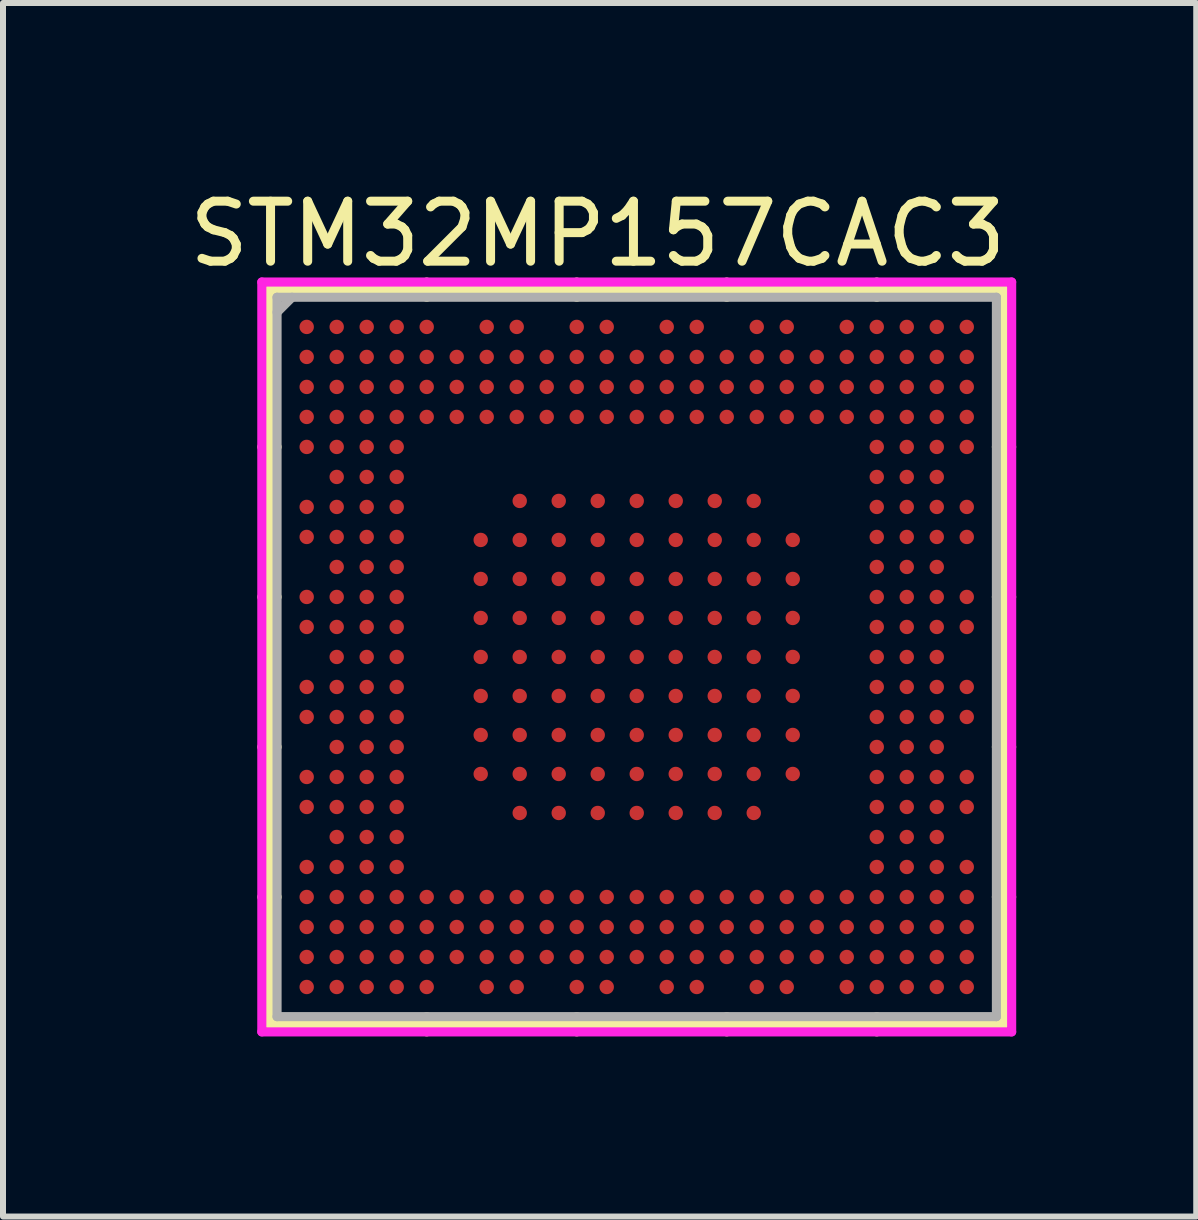
<source format=kicad_pcb>
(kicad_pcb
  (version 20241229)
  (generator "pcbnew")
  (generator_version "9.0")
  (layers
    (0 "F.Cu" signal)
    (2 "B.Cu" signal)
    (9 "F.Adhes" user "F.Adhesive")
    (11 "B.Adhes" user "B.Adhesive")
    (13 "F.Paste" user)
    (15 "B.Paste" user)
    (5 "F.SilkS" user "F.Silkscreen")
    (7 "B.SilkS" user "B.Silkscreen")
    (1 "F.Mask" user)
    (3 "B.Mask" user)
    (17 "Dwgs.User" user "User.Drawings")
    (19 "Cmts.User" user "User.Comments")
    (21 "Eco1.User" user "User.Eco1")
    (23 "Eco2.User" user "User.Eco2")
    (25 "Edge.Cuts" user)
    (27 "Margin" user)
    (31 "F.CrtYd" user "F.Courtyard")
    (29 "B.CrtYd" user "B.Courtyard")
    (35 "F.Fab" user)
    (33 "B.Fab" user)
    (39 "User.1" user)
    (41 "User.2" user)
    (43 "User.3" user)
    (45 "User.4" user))
  (footprint "STM32MP157CAC3"
    (layer "F.Cu")
    (at 7.561 7.898)
    (property "Reference" "STM32MP157CAC3" (at -0.65 -7.05 0) (layer "F.SilkS") (effects (font (size 1 1) (thickness 0.15))))
    (attr smd)
    (fp_line (start -6.121 -6.121) (end -6.121 6.121) (stroke (width 0.152) (type solid)) (layer "F.SilkS"))
    (fp_line (start -6.121 6.121) (end 6.121 6.121) (stroke (width 0.152) (type solid)) (layer "F.SilkS"))
    (fp_line (start -5.994 -3.5) (end -6.248 -3.5) (stroke (width 0.152) (type solid)) (layer "F.SilkS"))
    (fp_line (start -5.994 -1) (end -6.248 -1) (stroke (width 0.152) (type solid)) (layer "F.SilkS"))
    (fp_line (start -5.994 1.5) (end -6.248 1.5) (stroke (width 0.152) (type solid)) (layer "F.SilkS"))
    (fp_line (start -5.994 4) (end -6.248 4) (stroke (width 0.152) (type solid)) (layer "F.SilkS"))
    (fp_line (start -3.5 -5.994) (end -3.5 -6.248) (stroke (width 0.152) (type solid)) (layer "F.SilkS"))
    (fp_line (start -3.5 5.994) (end -3.5 6.248) (stroke (width 0.152) (type solid)) (layer "F.SilkS"))
    (fp_line (start -1 -5.994) (end -1 -6.248) (stroke (width 0.152) (type solid)) (layer "F.SilkS"))
    (fp_line (start -1 5.994) (end -1 6.248) (stroke (width 0.152) (type solid)) (layer "F.SilkS"))
    (fp_line (start 1.5 -5.994) (end 1.5 -6.248) (stroke (width 0.152) (type solid)) (layer "F.SilkS"))
    (fp_line (start 1.5 5.994) (end 1.5 6.248) (stroke (width 0.152) (type solid)) (layer "F.SilkS"))
    (fp_line (start 4 -5.994) (end 4 -6.248) (stroke (width 0.152) (type solid)) (layer "F.SilkS"))
    (fp_line (start 4 5.994) (end 4 6.248) (stroke (width 0.152) (type solid)) (layer "F.SilkS"))
    (fp_line (start 5.994 -3.5) (end 6.248 -3.5) (stroke (width 0.152) (type solid)) (layer "F.SilkS"))
    (fp_line (start 5.994 -1) (end 6.248 -1) (stroke (width 0.152) (type solid)) (layer "F.SilkS"))
    (fp_line (start 5.994 1.5) (end 6.248 1.5) (stroke (width 0.152) (type solid)) (layer "F.SilkS"))
    (fp_line (start 5.994 4) (end 6.248 4) (stroke (width 0.152) (type solid)) (layer "F.SilkS"))
    (fp_line (start 6.121 -6.121) (end -6.121 -6.121) (stroke (width 0.152) (type solid)) (layer "F.SilkS"))
    (fp_line (start 6.121 6.121) (end 6.121 -6.121) (stroke (width 0.152) (type solid)) (layer "F.SilkS"))
    (fp_line (start -6.248 -6.248) (end 6.248 -6.248) (stroke (width 0.152) (type solid)) (layer "F.CrtYd"))
    (fp_line (start -6.248 6.248) (end -6.248 -6.248) (stroke (width 0.152) (type solid)) (layer "F.CrtYd"))
    (fp_line (start 6.248 -6.248) (end 6.248 6.248) (stroke (width 0.152) (type solid)) (layer "F.CrtYd"))
    (fp_line (start 6.248 6.248) (end -6.248 6.248) (stroke (width 0.152) (type solid)) (layer "F.CrtYd"))
    (fp_line (start -5.994 -5.994) (end -5.994 5.994) (stroke (width 0.152) (type solid)) (layer "F.Fab"))
    (fp_line (start -5.994 5.994) (end 5.994 5.994) (stroke (width 0.152) (type solid)) (layer "F.Fab"))
    (fp_line (start -5.744 -5.994) (end -5.994 -5.744) (stroke (width 0.152) (type solid)) (layer "F.Fab"))
    (fp_line (start 5.994 -5.994) (end -5.994 -5.994) (stroke (width 0.152) (type solid)) (layer "F.Fab"))
    (fp_line (start 5.994 5.994) (end 5.994 -5.994) (stroke (width 0.152) (type solid)) (layer "F.Fab"))
    (pad "1A2" smd circle (at -1.95 -2.6) (size 0.24 0.24) (layers "F.Cu" "F.Mask" "F.Paste"))
    (pad "1A3" smd circle (at -1.3 -2.6) (size 0.24 0.24) (layers "F.Cu" "F.Mask" "F.Paste"))
    (pad "1A4" smd circle (at -0.65 -2.6) (size 0.24 0.24) (layers "F.Cu" "F.Mask" "F.Paste"))
    (pad "1A5" smd circle (at 0 -2.6) (size 0.24 0.24) (layers "F.Cu" "F.Mask" "F.Paste"))
    (pad "1A6" smd circle (at 0.65 -2.6) (size 0.24 0.24) (layers "F.Cu" "F.Mask" "F.Paste"))
    (pad "1A7" smd circle (at 1.3 -2.6) (size 0.24 0.24) (layers "F.Cu" "F.Mask" "F.Paste"))
    (pad "1A8" smd circle (at 1.95 -2.6) (size 0.24 0.24) (layers "F.Cu" "F.Mask" "F.Paste"))
    (pad "1B1" smd circle (at -2.6 -1.95) (size 0.24 0.24) (layers "F.Cu" "F.Mask" "F.Paste"))
    (pad "1B2" smd circle (at -1.95 -1.95) (size 0.24 0.24) (layers "F.Cu" "F.Mask" "F.Paste"))
    (pad "1B3" smd circle (at -1.3 -1.95) (size 0.24 0.24) (layers "F.Cu" "F.Mask" "F.Paste"))
    (pad "1B4" smd circle (at -0.65 -1.95) (size 0.24 0.24) (layers "F.Cu" "F.Mask" "F.Paste"))
    (pad "1B5" smd circle (at 0 -1.95) (size 0.24 0.24) (layers "F.Cu" "F.Mask" "F.Paste"))
    (pad "1B6" smd circle (at 0.65 -1.95) (size 0.24 0.24) (layers "F.Cu" "F.Mask" "F.Paste"))
    (pad "1B7" smd circle (at 1.3 -1.95) (size 0.24 0.24) (layers "F.Cu" "F.Mask" "F.Paste"))
    (pad "1B8" smd circle (at 1.95 -1.95) (size 0.24 0.24) (layers "F.Cu" "F.Mask" "F.Paste"))
    (pad "1B9" smd circle (at 2.6 -1.95) (size 0.24 0.24) (layers "F.Cu" "F.Mask" "F.Paste"))
    (pad "1C1" smd circle (at -2.6 -1.3) (size 0.24 0.24) (layers "F.Cu" "F.Mask" "F.Paste"))
    (pad "1C2" smd circle (at -1.95 -1.3) (size 0.24 0.24) (layers "F.Cu" "F.Mask" "F.Paste"))
    (pad "1C3" smd circle (at -1.3 -1.3) (size 0.24 0.24) (layers "F.Cu" "F.Mask" "F.Paste"))
    (pad "1C4" smd circle (at -0.65 -1.3) (size 0.24 0.24) (layers "F.Cu" "F.Mask" "F.Paste"))
    (pad "1C5" smd circle (at 0 -1.3) (size 0.24 0.24) (layers "F.Cu" "F.Mask" "F.Paste"))
    (pad "1C6" smd circle (at 0.65 -1.3) (size 0.24 0.24) (layers "F.Cu" "F.Mask" "F.Paste"))
    (pad "1C7" smd circle (at 1.3 -1.3) (size 0.24 0.24) (layers "F.Cu" "F.Mask" "F.Paste"))
    (pad "1C8" smd circle (at 1.95 -1.3) (size 0.24 0.24) (layers "F.Cu" "F.Mask" "F.Paste"))
    (pad "1C9" smd circle (at 2.6 -1.3) (size 0.24 0.24) (layers "F.Cu" "F.Mask" "F.Paste"))
    (pad "1D1" smd circle (at -2.6 -0.65) (size 0.24 0.24) (layers "F.Cu" "F.Mask" "F.Paste"))
    (pad "1D2" smd circle (at -1.95 -0.65) (size 0.24 0.24) (layers "F.Cu" "F.Mask" "F.Paste"))
    (pad "1D3" smd circle (at -1.3 -0.65) (size 0.24 0.24) (layers "F.Cu" "F.Mask" "F.Paste"))
    (pad "1D4" smd circle (at -0.65 -0.65) (size 0.24 0.24) (layers "F.Cu" "F.Mask" "F.Paste"))
    (pad "1D5" smd circle (at 0 -0.65) (size 0.24 0.24) (layers "F.Cu" "F.Mask" "F.Paste"))
    (pad "1D6" smd circle (at 0.65 -0.65) (size 0.24 0.24) (layers "F.Cu" "F.Mask" "F.Paste"))
    (pad "1D7" smd circle (at 1.3 -0.65) (size 0.24 0.24) (layers "F.Cu" "F.Mask" "F.Paste"))
    (pad "1D8" smd circle (at 1.95 -0.65) (size 0.24 0.24) (layers "F.Cu" "F.Mask" "F.Paste"))
    (pad "1D9" smd circle (at 2.6 -0.65) (size 0.24 0.24) (layers "F.Cu" "F.Mask" "F.Paste"))
    (pad "1E1" smd circle (at -2.6 0) (size 0.24 0.24) (layers "F.Cu" "F.Mask" "F.Paste"))
    (pad "1E2" smd circle (at -1.95 0) (size 0.24 0.24) (layers "F.Cu" "F.Mask" "F.Paste"))
    (pad "1E3" smd circle (at -1.3 0) (size 0.24 0.24) (layers "F.Cu" "F.Mask" "F.Paste"))
    (pad "1E4" smd circle (at -0.65 0) (size 0.24 0.24) (layers "F.Cu" "F.Mask" "F.Paste"))
    (pad "1E5" smd circle (at 0 0) (size 0.24 0.24) (layers "F.Cu" "F.Mask" "F.Paste"))
    (pad "1E6" smd circle (at 0.65 0) (size 0.24 0.24) (layers "F.Cu" "F.Mask" "F.Paste"))
    (pad "1E7" smd circle (at 1.3 0) (size 0.24 0.24) (layers "F.Cu" "F.Mask" "F.Paste"))
    (pad "1E8" smd circle (at 1.95 0) (size 0.24 0.24) (layers "F.Cu" "F.Mask" "F.Paste"))
    (pad "1E9" smd circle (at 2.6 0) (size 0.24 0.24) (layers "F.Cu" "F.Mask" "F.Paste"))
    (pad "1F1" smd circle (at -2.6 0.65) (size 0.24 0.24) (layers "F.Cu" "F.Mask" "F.Paste"))
    (pad "1F2" smd circle (at -1.95 0.65) (size 0.24 0.24) (layers "F.Cu" "F.Mask" "F.Paste"))
    (pad "1F3" smd circle (at -1.3 0.65) (size 0.24 0.24) (layers "F.Cu" "F.Mask" "F.Paste"))
    (pad "1F4" smd circle (at -0.65 0.65) (size 0.24 0.24) (layers "F.Cu" "F.Mask" "F.Paste"))
    (pad "1F5" smd circle (at 0 0.65) (size 0.24 0.24) (layers "F.Cu" "F.Mask" "F.Paste"))
    (pad "1F6" smd circle (at 0.65 0.65) (size 0.24 0.24) (layers "F.Cu" "F.Mask" "F.Paste"))
    (pad "1F7" smd circle (at 1.3 0.65) (size 0.24 0.24) (layers "F.Cu" "F.Mask" "F.Paste"))
    (pad "1F8" smd circle (at 1.95 0.65) (size 0.24 0.24) (layers "F.Cu" "F.Mask" "F.Paste"))
    (pad "1F9" smd circle (at 2.6 0.65) (size 0.24 0.24) (layers "F.Cu" "F.Mask" "F.Paste"))
    (pad "1G1" smd circle (at -2.6 1.3) (size 0.24 0.24) (layers "F.Cu" "F.Mask" "F.Paste"))
    (pad "1G2" smd circle (at -1.95 1.3) (size 0.24 0.24) (layers "F.Cu" "F.Mask" "F.Paste"))
    (pad "1G3" smd circle (at -1.3 1.3) (size 0.24 0.24) (layers "F.Cu" "F.Mask" "F.Paste"))
    (pad "1G4" smd circle (at -0.65 1.3) (size 0.24 0.24) (layers "F.Cu" "F.Mask" "F.Paste"))
    (pad "1G5" smd circle (at 0 1.3) (size 0.24 0.24) (layers "F.Cu" "F.Mask" "F.Paste"))
    (pad "1G6" smd circle (at 0.65 1.3) (size 0.24 0.24) (layers "F.Cu" "F.Mask" "F.Paste"))
    (pad "1G7" smd circle (at 1.3 1.3) (size 0.24 0.24) (layers "F.Cu" "F.Mask" "F.Paste"))
    (pad "1G8" smd circle (at 1.95 1.3) (size 0.24 0.24) (layers "F.Cu" "F.Mask" "F.Paste"))
    (pad "1G9" smd circle (at 2.6 1.3) (size 0.24 0.24) (layers "F.Cu" "F.Mask" "F.Paste"))
    (pad "1H1" smd circle (at -2.6 1.95) (size 0.24 0.24) (layers "F.Cu" "F.Mask" "F.Paste"))
    (pad "1H2" smd circle (at -1.95 1.95) (size 0.24 0.24) (layers "F.Cu" "F.Mask" "F.Paste"))
    (pad "1H3" smd circle (at -1.3 1.95) (size 0.24 0.24) (layers "F.Cu" "F.Mask" "F.Paste"))
    (pad "1H4" smd circle (at -0.65 1.95) (size 0.24 0.24) (layers "F.Cu" "F.Mask" "F.Paste"))
    (pad "1H5" smd circle (at 0 1.95) (size 0.24 0.24) (layers "F.Cu" "F.Mask" "F.Paste"))
    (pad "1H6" smd circle (at 0.65 1.95) (size 0.24 0.24) (layers "F.Cu" "F.Mask" "F.Paste"))
    (pad "1H7" smd circle (at 1.3 1.95) (size 0.24 0.24) (layers "F.Cu" "F.Mask" "F.Paste"))
    (pad "1H8" smd circle (at 1.95 1.95) (size 0.24 0.24) (layers "F.Cu" "F.Mask" "F.Paste"))
    (pad "1H9" smd circle (at 2.6 1.95) (size 0.24 0.24) (layers "F.Cu" "F.Mask" "F.Paste"))
    (pad "1J2" smd circle (at -1.95 2.6) (size 0.24 0.24) (layers "F.Cu" "F.Mask" "F.Paste"))
    (pad "1J3" smd circle (at -1.3 2.6) (size 0.24 0.24) (layers "F.Cu" "F.Mask" "F.Paste"))
    (pad "1J4" smd circle (at -0.65 2.6) (size 0.24 0.24) (layers "F.Cu" "F.Mask" "F.Paste"))
    (pad "1J5" smd circle (at 0 2.6) (size 0.24 0.24) (layers "F.Cu" "F.Mask" "F.Paste"))
    (pad "1J6" smd circle (at 0.65 2.6) (size 0.24 0.24) (layers "F.Cu" "F.Mask" "F.Paste"))
    (pad "1J7" smd circle (at 1.3 2.6) (size 0.24 0.24) (layers "F.Cu" "F.Mask" "F.Paste"))
    (pad "1J8" smd circle (at 1.95 2.6) (size 0.24 0.24) (layers "F.Cu" "F.Mask" "F.Paste"))
    (pad "A1" smd circle (at -5.5 -5.5) (size 0.24 0.24) (layers "F.Cu" "F.Mask" "F.Paste"))
    (pad "A2" smd circle (at -5 -5.5) (size 0.24 0.24) (layers "F.Cu" "F.Mask" "F.Paste"))
    (pad "A3" smd circle (at -4.5 -5.5) (size 0.24 0.24) (layers "F.Cu" "F.Mask" "F.Paste"))
    (pad "A4" smd circle (at -4 -5.5) (size 0.24 0.24) (layers "F.Cu" "F.Mask" "F.Paste"))
    (pad "A5" smd circle (at -3.5 -5.5) (size 0.24 0.24) (layers "F.Cu" "F.Mask" "F.Paste"))
    (pad "A7" smd circle (at -2.5 -5.5) (size 0.24 0.24) (layers "F.Cu" "F.Mask" "F.Paste"))
    (pad "A8" smd circle (at -2 -5.5) (size 0.24 0.24) (layers "F.Cu" "F.Mask" "F.Paste"))
    (pad "A10" smd circle (at -1 -5.5) (size 0.24 0.24) (layers "F.Cu" "F.Mask" "F.Paste"))
    (pad "A11" smd circle (at -0.5 -5.5) (size 0.24 0.24) (layers "F.Cu" "F.Mask" "F.Paste"))
    (pad "A13" smd circle (at 0.5 -5.5) (size 0.24 0.24) (layers "F.Cu" "F.Mask" "F.Paste"))
    (pad "A14" smd circle (at 1 -5.5) (size 0.24 0.24) (layers "F.Cu" "F.Mask" "F.Paste"))
    (pad "A16" smd circle (at 2 -5.5) (size 0.24 0.24) (layers "F.Cu" "F.Mask" "F.Paste"))
    (pad "A17" smd circle (at 2.5 -5.5) (size 0.24 0.24) (layers "F.Cu" "F.Mask" "F.Paste"))
    (pad "A19" smd circle (at 3.5 -5.5) (size 0.24 0.24) (layers "F.Cu" "F.Mask" "F.Paste"))
    (pad "A20" smd circle (at 4 -5.5) (size 0.24 0.24) (layers "F.Cu" "F.Mask" "F.Paste"))
    (pad "A21" smd circle (at 4.5 -5.5) (size 0.24 0.24) (layers "F.Cu" "F.Mask" "F.Paste"))
    (pad "A22" smd circle (at 5 -5.5) (size 0.24 0.24) (layers "F.Cu" "F.Mask" "F.Paste"))
    (pad "A23" smd circle (at 5.5 -5.5) (size 0.24 0.24) (layers "F.Cu" "F.Mask" "F.Paste"))
    (pad "AA1" smd circle (at -5.5 4.5) (size 0.24 0.24) (layers "F.Cu" "F.Mask" "F.Paste"))
    (pad "AA2" smd circle (at -5 4.5) (size 0.24 0.24) (layers "F.Cu" "F.Mask" "F.Paste"))
    (pad "AA3" smd circle (at -4.5 4.5) (size 0.24 0.24) (layers "F.Cu" "F.Mask" "F.Paste"))
    (pad "AA4" smd circle (at -4 4.5) (size 0.24 0.24) (layers "F.Cu" "F.Mask" "F.Paste"))
    (pad "AA5" smd circle (at -3.5 4.5) (size 0.24 0.24) (layers "F.Cu" "F.Mask" "F.Paste"))
    (pad "AA6" smd circle (at -3 4.5) (size 0.24 0.24) (layers "F.Cu" "F.Mask" "F.Paste"))
    (pad "AA7" smd circle (at -2.5 4.5) (size 0.24 0.24) (layers "F.Cu" "F.Mask" "F.Paste"))
    (pad "AA8" smd circle (at -2 4.5) (size 0.24 0.24) (layers "F.Cu" "F.Mask" "F.Paste"))
    (pad "AA9" smd circle (at -1.5 4.5) (size 0.24 0.24) (layers "F.Cu" "F.Mask" "F.Paste"))
    (pad "AA10" smd circle (at -1 4.5) (size 0.24 0.24) (layers "F.Cu" "F.Mask" "F.Paste"))
    (pad "AA11" smd circle (at -0.5 4.5) (size 0.24 0.24) (layers "F.Cu" "F.Mask" "F.Paste"))
    (pad "AA12" smd circle (at 0 4.5) (size 0.24 0.24) (layers "F.Cu" "F.Mask" "F.Paste"))
    (pad "AA13" smd circle (at 0.5 4.5) (size 0.24 0.24) (layers "F.Cu" "F.Mask" "F.Paste"))
    (pad "AA14" smd circle (at 1 4.5) (size 0.24 0.24) (layers "F.Cu" "F.Mask" "F.Paste"))
    (pad "AA15" smd circle (at 1.5 4.5) (size 0.24 0.24) (layers "F.Cu" "F.Mask" "F.Paste"))
    (pad "AA16" smd circle (at 2 4.5) (size 0.24 0.24) (layers "F.Cu" "F.Mask" "F.Paste"))
    (pad "AA17" smd circle (at 2.5 4.5) (size 0.24 0.24) (layers "F.Cu" "F.Mask" "F.Paste"))
    (pad "AA18" smd circle (at 3 4.5) (size 0.24 0.24) (layers "F.Cu" "F.Mask" "F.Paste"))
    (pad "AA19" smd circle (at 3.5 4.5) (size 0.24 0.24) (layers "F.Cu" "F.Mask" "F.Paste"))
    (pad "AA20" smd circle (at 4 4.5) (size 0.24 0.24) (layers "F.Cu" "F.Mask" "F.Paste"))
    (pad "AA21" smd circle (at 4.5 4.5) (size 0.24 0.24) (layers "F.Cu" "F.Mask" "F.Paste"))
    (pad "AA22" smd circle (at 5 4.5) (size 0.24 0.24) (layers "F.Cu" "F.Mask" "F.Paste"))
    (pad "AA23" smd circle (at 5.5 4.5) (size 0.24 0.24) (layers "F.Cu" "F.Mask" "F.Paste"))
    (pad "AB1" smd circle (at -5.5 5) (size 0.24 0.24) (layers "F.Cu" "F.Mask" "F.Paste"))
    (pad "AB2" smd circle (at -5 5) (size 0.24 0.24) (layers "F.Cu" "F.Mask" "F.Paste"))
    (pad "AB3" smd circle (at -4.5 5) (size 0.24 0.24) (layers "F.Cu" "F.Mask" "F.Paste"))
    (pad "AB4" smd circle (at -4 5) (size 0.24 0.24) (layers "F.Cu" "F.Mask" "F.Paste"))
    (pad "AB5" smd circle (at -3.5 5) (size 0.24 0.24) (layers "F.Cu" "F.Mask" "F.Paste"))
    (pad "AB6" smd circle (at -3 5) (size 0.24 0.24) (layers "F.Cu" "F.Mask" "F.Paste"))
    (pad "AB7" smd circle (at -2.5 5) (size 0.24 0.24) (layers "F.Cu" "F.Mask" "F.Paste"))
    (pad "AB8" smd circle (at -2 5) (size 0.24 0.24) (layers "F.Cu" "F.Mask" "F.Paste"))
    (pad "AB9" smd circle (at -1.5 5) (size 0.24 0.24) (layers "F.Cu" "F.Mask" "F.Paste"))
    (pad "AB10" smd circle (at -1 5) (size 0.24 0.24) (layers "F.Cu" "F.Mask" "F.Paste"))
    (pad "AB11" smd circle (at -0.5 5) (size 0.24 0.24) (layers "F.Cu" "F.Mask" "F.Paste"))
    (pad "AB12" smd circle (at 0 5) (size 0.24 0.24) (layers "F.Cu" "F.Mask" "F.Paste"))
    (pad "AB13" smd circle (at 0.5 5) (size 0.24 0.24) (layers "F.Cu" "F.Mask" "F.Paste"))
    (pad "AB14" smd circle (at 1 5) (size 0.24 0.24) (layers "F.Cu" "F.Mask" "F.Paste"))
    (pad "AB15" smd circle (at 1.5 5) (size 0.24 0.24) (layers "F.Cu" "F.Mask" "F.Paste"))
    (pad "AB16" smd circle (at 2 5) (size 0.24 0.24) (layers "F.Cu" "F.Mask" "F.Paste"))
    (pad "AB17" smd circle (at 2.5 5) (size 0.24 0.24) (layers "F.Cu" "F.Mask" "F.Paste"))
    (pad "AB18" smd circle (at 3 5) (size 0.24 0.24) (layers "F.Cu" "F.Mask" "F.Paste"))
    (pad "AB19" smd circle (at 3.5 5) (size 0.24 0.24) (layers "F.Cu" "F.Mask" "F.Paste"))
    (pad "AB20" smd circle (at 4 5) (size 0.24 0.24) (layers "F.Cu" "F.Mask" "F.Paste"))
    (pad "AB21" smd circle (at 4.5 5) (size 0.24 0.24) (layers "F.Cu" "F.Mask" "F.Paste"))
    (pad "AB22" smd circle (at 5 5) (size 0.24 0.24) (layers "F.Cu" "F.Mask" "F.Paste"))
    (pad "AB23" smd circle (at 5.5 5) (size 0.24 0.24) (layers "F.Cu" "F.Mask" "F.Paste"))
    (pad "AC1" smd circle (at -5.5 5.5) (size 0.24 0.24) (layers "F.Cu" "F.Mask" "F.Paste"))
    (pad "AC2" smd circle (at -5 5.5) (size 0.24 0.24) (layers "F.Cu" "F.Mask" "F.Paste"))
    (pad "AC3" smd circle (at -4.5 5.5) (size 0.24 0.24) (layers "F.Cu" "F.Mask" "F.Paste"))
    (pad "AC4" smd circle (at -4 5.5) (size 0.24 0.24) (layers "F.Cu" "F.Mask" "F.Paste"))
    (pad "AC5" smd circle (at -3.5 5.5) (size 0.24 0.24) (layers "F.Cu" "F.Mask" "F.Paste"))
    (pad "AC7" smd circle (at -2.5 5.5) (size 0.24 0.24) (layers "F.Cu" "F.Mask" "F.Paste"))
    (pad "AC8" smd circle (at -2 5.5) (size 0.24 0.24) (layers "F.Cu" "F.Mask" "F.Paste"))
    (pad "AC10" smd circle (at -1 5.5) (size 0.24 0.24) (layers "F.Cu" "F.Mask" "F.Paste"))
    (pad "AC11" smd circle (at -0.5 5.5) (size 0.24 0.24) (layers "F.Cu" "F.Mask" "F.Paste"))
    (pad "AC13" smd circle (at 0.5 5.5) (size 0.24 0.24) (layers "F.Cu" "F.Mask" "F.Paste"))
    (pad "AC14" smd circle (at 1 5.5) (size 0.24 0.24) (layers "F.Cu" "F.Mask" "F.Paste"))
    (pad "AC16" smd circle (at 2 5.5) (size 0.24 0.24) (layers "F.Cu" "F.Mask" "F.Paste"))
    (pad "AC17" smd circle (at 2.5 5.5) (size 0.24 0.24) (layers "F.Cu" "F.Mask" "F.Paste"))
    (pad "AC19" smd circle (at 3.5 5.5) (size 0.24 0.24) (layers "F.Cu" "F.Mask" "F.Paste"))
    (pad "AC20" smd circle (at 4 5.5) (size 0.24 0.24) (layers "F.Cu" "F.Mask" "F.Paste"))
    (pad "AC21" smd circle (at 4.5 5.5) (size 0.24 0.24) (layers "F.Cu" "F.Mask" "F.Paste"))
    (pad "AC22" smd circle (at 5 5.5) (size 0.24 0.24) (layers "F.Cu" "F.Mask" "F.Paste"))
    (pad "AC23" smd circle (at 5.5 5.5) (size 0.24 0.24) (layers "F.Cu" "F.Mask" "F.Paste"))
    (pad "B1" smd circle (at -5.5 -5) (size 0.24 0.24) (layers "F.Cu" "F.Mask" "F.Paste"))
    (pad "B2" smd circle (at -5 -5) (size 0.24 0.24) (layers "F.Cu" "F.Mask" "F.Paste"))
    (pad "B3" smd circle (at -4.5 -5) (size 0.24 0.24) (layers "F.Cu" "F.Mask" "F.Paste"))
    (pad "B4" smd circle (at -4 -5) (size 0.24 0.24) (layers "F.Cu" "F.Mask" "F.Paste"))
    (pad "B5" smd circle (at -3.5 -5) (size 0.24 0.24) (layers "F.Cu" "F.Mask" "F.Paste"))
    (pad "B6" smd circle (at -3 -5) (size 0.24 0.24) (layers "F.Cu" "F.Mask" "F.Paste"))
    (pad "B7" smd circle (at -2.5 -5) (size 0.24 0.24) (layers "F.Cu" "F.Mask" "F.Paste"))
    (pad "B8" smd circle (at -2 -5) (size 0.24 0.24) (layers "F.Cu" "F.Mask" "F.Paste"))
    (pad "B9" smd circle (at -1.5 -5) (size 0.24 0.24) (layers "F.Cu" "F.Mask" "F.Paste"))
    (pad "B10" smd circle (at -1 -5) (size 0.24 0.24) (layers "F.Cu" "F.Mask" "F.Paste"))
    (pad "B11" smd circle (at -0.5 -5) (size 0.24 0.24) (layers "F.Cu" "F.Mask" "F.Paste"))
    (pad "B12" smd circle (at 0 -5) (size 0.24 0.24) (layers "F.Cu" "F.Mask" "F.Paste"))
    (pad "B13" smd circle (at 0.5 -5) (size 0.24 0.24) (layers "F.Cu" "F.Mask" "F.Paste"))
    (pad "B14" smd circle (at 1 -5) (size 0.24 0.24) (layers "F.Cu" "F.Mask" "F.Paste"))
    (pad "B15" smd circle (at 1.5 -5) (size 0.24 0.24) (layers "F.Cu" "F.Mask" "F.Paste"))
    (pad "B16" smd circle (at 2 -5) (size 0.24 0.24) (layers "F.Cu" "F.Mask" "F.Paste"))
    (pad "B17" smd circle (at 2.5 -5) (size 0.24 0.24) (layers "F.Cu" "F.Mask" "F.Paste"))
    (pad "B18" smd circle (at 3 -5) (size 0.24 0.24) (layers "F.Cu" "F.Mask" "F.Paste"))
    (pad "B19" smd circle (at 3.5 -5) (size 0.24 0.24) (layers "F.Cu" "F.Mask" "F.Paste"))
    (pad "B20" smd circle (at 4 -5) (size 0.24 0.24) (layers "F.Cu" "F.Mask" "F.Paste"))
    (pad "B21" smd circle (at 4.5 -5) (size 0.24 0.24) (layers "F.Cu" "F.Mask" "F.Paste"))
    (pad "B22" smd circle (at 5 -5) (size 0.24 0.24) (layers "F.Cu" "F.Mask" "F.Paste"))
    (pad "B23" smd circle (at 5.5 -5) (size 0.24 0.24) (layers "F.Cu" "F.Mask" "F.Paste"))
    (pad "C1" smd circle (at -5.5 -4.5) (size 0.24 0.24) (layers "F.Cu" "F.Mask" "F.Paste"))
    (pad "C2" smd circle (at -5 -4.5) (size 0.24 0.24) (layers "F.Cu" "F.Mask" "F.Paste"))
    (pad "C3" smd circle (at -4.5 -4.5) (size 0.24 0.24) (layers "F.Cu" "F.Mask" "F.Paste"))
    (pad "C4" smd circle (at -4 -4.5) (size 0.24 0.24) (layers "F.Cu" "F.Mask" "F.Paste"))
    (pad "C5" smd circle (at -3.5 -4.5) (size 0.24 0.24) (layers "F.Cu" "F.Mask" "F.Paste"))
    (pad "C6" smd circle (at -3 -4.5) (size 0.24 0.24) (layers "F.Cu" "F.Mask" "F.Paste"))
    (pad "C7" smd circle (at -2.5 -4.5) (size 0.24 0.24) (layers "F.Cu" "F.Mask" "F.Paste"))
    (pad "C8" smd circle (at -2 -4.5) (size 0.24 0.24) (layers "F.Cu" "F.Mask" "F.Paste"))
    (pad "C9" smd circle (at -1.5 -4.5) (size 0.24 0.24) (layers "F.Cu" "F.Mask" "F.Paste"))
    (pad "C10" smd circle (at -1 -4.5) (size 0.24 0.24) (layers "F.Cu" "F.Mask" "F.Paste"))
    (pad "C11" smd circle (at -0.5 -4.5) (size 0.24 0.24) (layers "F.Cu" "F.Mask" "F.Paste"))
    (pad "C12" smd circle (at 0 -4.5) (size 0.24 0.24) (layers "F.Cu" "F.Mask" "F.Paste"))
    (pad "C13" smd circle (at 0.5 -4.5) (size 0.24 0.24) (layers "F.Cu" "F.Mask" "F.Paste"))
    (pad "C14" smd circle (at 1 -4.5) (size 0.24 0.24) (layers "F.Cu" "F.Mask" "F.Paste"))
    (pad "C15" smd circle (at 1.5 -4.5) (size 0.24 0.24) (layers "F.Cu" "F.Mask" "F.Paste"))
    (pad "C16" smd circle (at 2 -4.5) (size 0.24 0.24) (layers "F.Cu" "F.Mask" "F.Paste"))
    (pad "C17" smd circle (at 2.5 -4.5) (size 0.24 0.24) (layers "F.Cu" "F.Mask" "F.Paste"))
    (pad "C18" smd circle (at 3 -4.5) (size 0.24 0.24) (layers "F.Cu" "F.Mask" "F.Paste"))
    (pad "C19" smd circle (at 3.5 -4.5) (size 0.24 0.24) (layers "F.Cu" "F.Mask" "F.Paste"))
    (pad "C20" smd circle (at 4 -4.5) (size 0.24 0.24) (layers "F.Cu" "F.Mask" "F.Paste"))
    (pad "C21" smd circle (at 4.5 -4.5) (size 0.24 0.24) (layers "F.Cu" "F.Mask" "F.Paste"))
    (pad "C22" smd circle (at 5 -4.5) (size 0.24 0.24) (layers "F.Cu" "F.Mask" "F.Paste"))
    (pad "C23" smd circle (at 5.5 -4.5) (size 0.24 0.24) (layers "F.Cu" "F.Mask" "F.Paste"))
    (pad "D1" smd circle (at -5.5 -4) (size 0.24 0.24) (layers "F.Cu" "F.Mask" "F.Paste"))
    (pad "D2" smd circle (at -5 -4) (size 0.24 0.24) (layers "F.Cu" "F.Mask" "F.Paste"))
    (pad "D3" smd circle (at -4.5 -4) (size 0.24 0.24) (layers "F.Cu" "F.Mask" "F.Paste"))
    (pad "D4" smd circle (at -4 -4) (size 0.24 0.24) (layers "F.Cu" "F.Mask" "F.Paste"))
    (pad "D5" smd circle (at -3.5 -4) (size 0.24 0.24) (layers "F.Cu" "F.Mask" "F.Paste"))
    (pad "D6" smd circle (at -3 -4) (size 0.24 0.24) (layers "F.Cu" "F.Mask" "F.Paste"))
    (pad "D7" smd circle (at -2.5 -4) (size 0.24 0.24) (layers "F.Cu" "F.Mask" "F.Paste"))
    (pad "D8" smd circle (at -2 -4) (size 0.24 0.24) (layers "F.Cu" "F.Mask" "F.Paste"))
    (pad "D9" smd circle (at -1.5 -4) (size 0.24 0.24) (layers "F.Cu" "F.Mask" "F.Paste"))
    (pad "D10" smd circle (at -1 -4) (size 0.24 0.24) (layers "F.Cu" "F.Mask" "F.Paste"))
    (pad "D11" smd circle (at -0.5 -4) (size 0.24 0.24) (layers "F.Cu" "F.Mask" "F.Paste"))
    (pad "D12" smd circle (at 0 -4) (size 0.24 0.24) (layers "F.Cu" "F.Mask" "F.Paste"))
    (pad "D13" smd circle (at 0.5 -4) (size 0.24 0.24) (layers "F.Cu" "F.Mask" "F.Paste"))
    (pad "D14" smd circle (at 1 -4) (size 0.24 0.24) (layers "F.Cu" "F.Mask" "F.Paste"))
    (pad "D15" smd circle (at 1.5 -4) (size 0.24 0.24) (layers "F.Cu" "F.Mask" "F.Paste"))
    (pad "D16" smd circle (at 2 -4) (size 0.24 0.24) (layers "F.Cu" "F.Mask" "F.Paste"))
    (pad "D17" smd circle (at 2.5 -4) (size 0.24 0.24) (layers "F.Cu" "F.Mask" "F.Paste"))
    (pad "D18" smd circle (at 3 -4) (size 0.24 0.24) (layers "F.Cu" "F.Mask" "F.Paste"))
    (pad "D19" smd circle (at 3.5 -4) (size 0.24 0.24) (layers "F.Cu" "F.Mask" "F.Paste"))
    (pad "D20" smd circle (at 4 -4) (size 0.24 0.24) (layers "F.Cu" "F.Mask" "F.Paste"))
    (pad "D21" smd circle (at 4.5 -4) (size 0.24 0.24) (layers "F.Cu" "F.Mask" "F.Paste"))
    (pad "D22" smd circle (at 5 -4) (size 0.24 0.24) (layers "F.Cu" "F.Mask" "F.Paste"))
    (pad "D23" smd circle (at 5.5 -4) (size 0.24 0.24) (layers "F.Cu" "F.Mask" "F.Paste"))
    (pad "E1" smd circle (at -5.5 -3.5) (size 0.24 0.24) (layers "F.Cu" "F.Mask" "F.Paste"))
    (pad "E2" smd circle (at -5 -3.5) (size 0.24 0.24) (layers "F.Cu" "F.Mask" "F.Paste"))
    (pad "E3" smd circle (at -4.5 -3.5) (size 0.24 0.24) (layers "F.Cu" "F.Mask" "F.Paste"))
    (pad "E4" smd circle (at -4 -3.5) (size 0.24 0.24) (layers "F.Cu" "F.Mask" "F.Paste"))
    (pad "E20" smd circle (at 4 -3.5) (size 0.24 0.24) (layers "F.Cu" "F.Mask" "F.Paste"))
    (pad "E21" smd circle (at 4.5 -3.5) (size 0.24 0.24) (layers "F.Cu" "F.Mask" "F.Paste"))
    (pad "E22" smd circle (at 5 -3.5) (size 0.24 0.24) (layers "F.Cu" "F.Mask" "F.Paste"))
    (pad "E23" smd circle (at 5.5 -3.5) (size 0.24 0.24) (layers "F.Cu" "F.Mask" "F.Paste"))
    (pad "F2" smd circle (at -5 -3) (size 0.24 0.24) (layers "F.Cu" "F.Mask" "F.Paste"))
    (pad "F3" smd circle (at -4.5 -3) (size 0.24 0.24) (layers "F.Cu" "F.Mask" "F.Paste"))
    (pad "F4" smd circle (at -4 -3) (size 0.24 0.24) (layers "F.Cu" "F.Mask" "F.Paste"))
    (pad "F20" smd circle (at 4 -3) (size 0.24 0.24) (layers "F.Cu" "F.Mask" "F.Paste"))
    (pad "F21" smd circle (at 4.5 -3) (size 0.24 0.24) (layers "F.Cu" "F.Mask" "F.Paste"))
    (pad "F22" smd circle (at 5 -3) (size 0.24 0.24) (layers "F.Cu" "F.Mask" "F.Paste"))
    (pad "G1" smd circle (at -5.5 -2.5) (size 0.24 0.24) (layers "F.Cu" "F.Mask" "F.Paste"))
    (pad "G2" smd circle (at -5 -2.5) (size 0.24 0.24) (layers "F.Cu" "F.Mask" "F.Paste"))
    (pad "G3" smd circle (at -4.5 -2.5) (size 0.24 0.24) (layers "F.Cu" "F.Mask" "F.Paste"))
    (pad "G4" smd circle (at -4 -2.5) (size 0.24 0.24) (layers "F.Cu" "F.Mask" "F.Paste"))
    (pad "G20" smd circle (at 4 -2.5) (size 0.24 0.24) (layers "F.Cu" "F.Mask" "F.Paste"))
    (pad "G21" smd circle (at 4.5 -2.5) (size 0.24 0.24) (layers "F.Cu" "F.Mask" "F.Paste"))
    (pad "G22" smd circle (at 5 -2.5) (size 0.24 0.24) (layers "F.Cu" "F.Mask" "F.Paste"))
    (pad "G23" smd circle (at 5.5 -2.5) (size 0.24 0.24) (layers "F.Cu" "F.Mask" "F.Paste"))
    (pad "H1" smd circle (at -5.5 -2) (size 0.24 0.24) (layers "F.Cu" "F.Mask" "F.Paste"))
    (pad "H2" smd circle (at -5 -2) (size 0.24 0.24) (layers "F.Cu" "F.Mask" "F.Paste"))
    (pad "H3" smd circle (at -4.5 -2) (size 0.24 0.24) (layers "F.Cu" "F.Mask" "F.Paste"))
    (pad "H4" smd circle (at -4 -2) (size 0.24 0.24) (layers "F.Cu" "F.Mask" "F.Paste"))
    (pad "H20" smd circle (at 4 -2) (size 0.24 0.24) (layers "F.Cu" "F.Mask" "F.Paste"))
    (pad "H21" smd circle (at 4.5 -2) (size 0.24 0.24) (layers "F.Cu" "F.Mask" "F.Paste"))
    (pad "H22" smd circle (at 5 -2) (size 0.24 0.24) (layers "F.Cu" "F.Mask" "F.Paste"))
    (pad "H23" smd circle (at 5.5 -2) (size 0.24 0.24) (layers "F.Cu" "F.Mask" "F.Paste"))
    (pad "J2" smd circle (at -5 -1.5) (size 0.24 0.24) (layers "F.Cu" "F.Mask" "F.Paste"))
    (pad "J3" smd circle (at -4.5 -1.5) (size 0.24 0.24) (layers "F.Cu" "F.Mask" "F.Paste"))
    (pad "J4" smd circle (at -4 -1.5) (size 0.24 0.24) (layers "F.Cu" "F.Mask" "F.Paste"))
    (pad "J20" smd circle (at 4 -1.5) (size 0.24 0.24) (layers "F.Cu" "F.Mask" "F.Paste"))
    (pad "J21" smd circle (at 4.5 -1.5) (size 0.24 0.24) (layers "F.Cu" "F.Mask" "F.Paste"))
    (pad "J22" smd circle (at 5 -1.5) (size 0.24 0.24) (layers "F.Cu" "F.Mask" "F.Paste"))
    (pad "K1" smd circle (at -5.5 -1) (size 0.24 0.24) (layers "F.Cu" "F.Mask" "F.Paste"))
    (pad "K2" smd circle (at -5 -1) (size 0.24 0.24) (layers "F.Cu" "F.Mask" "F.Paste"))
    (pad "K3" smd circle (at -4.5 -1) (size 0.24 0.24) (layers "F.Cu" "F.Mask" "F.Paste"))
    (pad "K4" smd circle (at -4 -1) (size 0.24 0.24) (layers "F.Cu" "F.Mask" "F.Paste"))
    (pad "K20" smd circle (at 4 -1) (size 0.24 0.24) (layers "F.Cu" "F.Mask" "F.Paste"))
    (pad "K21" smd circle (at 4.5 -1) (size 0.24 0.24) (layers "F.Cu" "F.Mask" "F.Paste"))
    (pad "K22" smd circle (at 5 -1) (size 0.24 0.24) (layers "F.Cu" "F.Mask" "F.Paste"))
    (pad "K23" smd circle (at 5.5 -1) (size 0.24 0.24) (layers "F.Cu" "F.Mask" "F.Paste"))
    (pad "L1" smd circle (at -5.5 -0.5) (size 0.24 0.24) (layers "F.Cu" "F.Mask" "F.Paste"))
    (pad "L2" smd circle (at -5 -0.5) (size 0.24 0.24) (layers "F.Cu" "F.Mask" "F.Paste"))
    (pad "L3" smd circle (at -4.5 -0.5) (size 0.24 0.24) (layers "F.Cu" "F.Mask" "F.Paste"))
    (pad "L4" smd circle (at -4 -0.5) (size 0.24 0.24) (layers "F.Cu" "F.Mask" "F.Paste"))
    (pad "L20" smd circle (at 4 -0.5) (size 0.24 0.24) (layers "F.Cu" "F.Mask" "F.Paste"))
    (pad "L21" smd circle (at 4.5 -0.5) (size 0.24 0.24) (layers "F.Cu" "F.Mask" "F.Paste"))
    (pad "L22" smd circle (at 5 -0.5) (size 0.24 0.24) (layers "F.Cu" "F.Mask" "F.Paste"))
    (pad "L23" smd circle (at 5.5 -0.5) (size 0.24 0.24) (layers "F.Cu" "F.Mask" "F.Paste"))
    (pad "M2" smd circle (at -5 0) (size 0.24 0.24) (layers "F.Cu" "F.Mask" "F.Paste"))
    (pad "M3" smd circle (at -4.5 0) (size 0.24 0.24) (layers "F.Cu" "F.Mask" "F.Paste"))
    (pad "M4" smd circle (at -4 0) (size 0.24 0.24) (layers "F.Cu" "F.Mask" "F.Paste"))
    (pad "M20" smd circle (at 4 0) (size 0.24 0.24) (layers "F.Cu" "F.Mask" "F.Paste"))
    (pad "M21" smd circle (at 4.5 0) (size 0.24 0.24) (layers "F.Cu" "F.Mask" "F.Paste"))
    (pad "M22" smd circle (at 5 0) (size 0.24 0.24) (layers "F.Cu" "F.Mask" "F.Paste"))
    (pad "N1" smd circle (at -5.5 0.5) (size 0.24 0.24) (layers "F.Cu" "F.Mask" "F.Paste"))
    (pad "N2" smd circle (at -5 0.5) (size 0.24 0.24) (layers "F.Cu" "F.Mask" "F.Paste"))
    (pad "N3" smd circle (at -4.5 0.5) (size 0.24 0.24) (layers "F.Cu" "F.Mask" "F.Paste"))
    (pad "N4" smd circle (at -4 0.5) (size 0.24 0.24) (layers "F.Cu" "F.Mask" "F.Paste"))
    (pad "N20" smd circle (at 4 0.5) (size 0.24 0.24) (layers "F.Cu" "F.Mask" "F.Paste"))
    (pad "N21" smd circle (at 4.5 0.5) (size 0.24 0.24) (layers "F.Cu" "F.Mask" "F.Paste"))
    (pad "N22" smd circle (at 5 0.5) (size 0.24 0.24) (layers "F.Cu" "F.Mask" "F.Paste"))
    (pad "N23" smd circle (at 5.5 0.5) (size 0.24 0.24) (layers "F.Cu" "F.Mask" "F.Paste"))
    (pad "P1" smd circle (at -5.5 1) (size 0.24 0.24) (layers "F.Cu" "F.Mask" "F.Paste"))
    (pad "P2" smd circle (at -5 1) (size 0.24 0.24) (layers "F.Cu" "F.Mask" "F.Paste"))
    (pad "P3" smd circle (at -4.5 1) (size 0.24 0.24) (layers "F.Cu" "F.Mask" "F.Paste"))
    (pad "P4" smd circle (at -4 1) (size 0.24 0.24) (layers "F.Cu" "F.Mask" "F.Paste"))
    (pad "P20" smd circle (at 4 1) (size 0.24 0.24) (layers "F.Cu" "F.Mask" "F.Paste"))
    (pad "P21" smd circle (at 4.5 1) (size 0.24 0.24) (layers "F.Cu" "F.Mask" "F.Paste"))
    (pad "P22" smd circle (at 5 1) (size 0.24 0.24) (layers "F.Cu" "F.Mask" "F.Paste"))
    (pad "P23" smd circle (at 5.5 1) (size 0.24 0.24) (layers "F.Cu" "F.Mask" "F.Paste"))
    (pad "R2" smd circle (at -5 1.5) (size 0.24 0.24) (layers "F.Cu" "F.Mask" "F.Paste"))
    (pad "R3" smd circle (at -4.5 1.5) (size 0.24 0.24) (layers "F.Cu" "F.Mask" "F.Paste"))
    (pad "R4" smd circle (at -4 1.5) (size 0.24 0.24) (layers "F.Cu" "F.Mask" "F.Paste"))
    (pad "R20" smd circle (at 4 1.5) (size 0.24 0.24) (layers "F.Cu" "F.Mask" "F.Paste"))
    (pad "R21" smd circle (at 4.5 1.5) (size 0.24 0.24) (layers "F.Cu" "F.Mask" "F.Paste"))
    (pad "R22" smd circle (at 5 1.5) (size 0.24 0.24) (layers "F.Cu" "F.Mask" "F.Paste"))
    (pad "T1" smd circle (at -5.5 2) (size 0.24 0.24) (layers "F.Cu" "F.Mask" "F.Paste"))
    (pad "T2" smd circle (at -5 2) (size 0.24 0.24) (layers "F.Cu" "F.Mask" "F.Paste"))
    (pad "T3" smd circle (at -4.5 2) (size 0.24 0.24) (layers "F.Cu" "F.Mask" "F.Paste"))
    (pad "T4" smd circle (at -4 2) (size 0.24 0.24) (layers "F.Cu" "F.Mask" "F.Paste"))
    (pad "T20" smd circle (at 4 2) (size 0.24 0.24) (layers "F.Cu" "F.Mask" "F.Paste"))
    (pad "T21" smd circle (at 4.5 2) (size 0.24 0.24) (layers "F.Cu" "F.Mask" "F.Paste"))
    (pad "T22" smd circle (at 5 2) (size 0.24 0.24) (layers "F.Cu" "F.Mask" "F.Paste"))
    (pad "T23" smd circle (at 5.5 2) (size 0.24 0.24) (layers "F.Cu" "F.Mask" "F.Paste"))
    (pad "U1" smd circle (at -5.5 2.5) (size 0.24 0.24) (layers "F.Cu" "F.Mask" "F.Paste"))
    (pad "U2" smd circle (at -5 2.5) (size 0.24 0.24) (layers "F.Cu" "F.Mask" "F.Paste"))
    (pad "U3" smd circle (at -4.5 2.5) (size 0.24 0.24) (layers "F.Cu" "F.Mask" "F.Paste"))
    (pad "U4" smd circle (at -4 2.5) (size 0.24 0.24) (layers "F.Cu" "F.Mask" "F.Paste"))
    (pad "U20" smd circle (at 4 2.5) (size 0.24 0.24) (layers "F.Cu" "F.Mask" "F.Paste"))
    (pad "U21" smd circle (at 4.5 2.5) (size 0.24 0.24) (layers "F.Cu" "F.Mask" "F.Paste"))
    (pad "U22" smd circle (at 5 2.5) (size 0.24 0.24) (layers "F.Cu" "F.Mask" "F.Paste"))
    (pad "U23" smd circle (at 5.5 2.5) (size 0.24 0.24) (layers "F.Cu" "F.Mask" "F.Paste"))
    (pad "V2" smd circle (at -5 3) (size 0.24 0.24) (layers "F.Cu" "F.Mask" "F.Paste"))
    (pad "V3" smd circle (at -4.5 3) (size 0.24 0.24) (layers "F.Cu" "F.Mask" "F.Paste"))
    (pad "V4" smd circle (at -4 3) (size 0.24 0.24) (layers "F.Cu" "F.Mask" "F.Paste"))
    (pad "V20" smd circle (at 4 3) (size 0.24 0.24) (layers "F.Cu" "F.Mask" "F.Paste"))
    (pad "V21" smd circle (at 4.5 3) (size 0.24 0.24) (layers "F.Cu" "F.Mask" "F.Paste"))
    (pad "V22" smd circle (at 5 3) (size 0.24 0.24) (layers "F.Cu" "F.Mask" "F.Paste"))
    (pad "W1" smd circle (at -5.5 3.5) (size 0.24 0.24) (layers "F.Cu" "F.Mask" "F.Paste"))
    (pad "W2" smd circle (at -5 3.5) (size 0.24 0.24) (layers "F.Cu" "F.Mask" "F.Paste"))
    (pad "W3" smd circle (at -4.5 3.5) (size 0.24 0.24) (layers "F.Cu" "F.Mask" "F.Paste"))
    (pad "W4" smd circle (at -4 3.5) (size 0.24 0.24) (layers "F.Cu" "F.Mask" "F.Paste"))
    (pad "W20" smd circle (at 4 3.5) (size 0.24 0.24) (layers "F.Cu" "F.Mask" "F.Paste"))
    (pad "W21" smd circle (at 4.5 3.5) (size 0.24 0.24) (layers "F.Cu" "F.Mask" "F.Paste"))
    (pad "W22" smd circle (at 5 3.5) (size 0.24 0.24) (layers "F.Cu" "F.Mask" "F.Paste"))
    (pad "W23" smd circle (at 5.5 3.5) (size 0.24 0.24) (layers "F.Cu" "F.Mask" "F.Paste"))
    (pad "Y1" smd circle (at -5.5 4) (size 0.24 0.24) (layers "F.Cu" "F.Mask" "F.Paste"))
    (pad "Y2" smd circle (at -5 4) (size 0.24 0.24) (layers "F.Cu" "F.Mask" "F.Paste"))
    (pad "Y3" smd circle (at -4.5 4) (size 0.24 0.24) (layers "F.Cu" "F.Mask" "F.Paste"))
    (pad "Y4" smd circle (at -4 4) (size 0.24 0.24) (layers "F.Cu" "F.Mask" "F.Paste"))
    (pad "Y5" smd circle (at -3.5 4) (size 0.24 0.24) (layers "F.Cu" "F.Mask" "F.Paste"))
    (pad "Y6" smd circle (at -3 4) (size 0.24 0.24) (layers "F.Cu" "F.Mask" "F.Paste"))
    (pad "Y7" smd circle (at -2.5 4) (size 0.24 0.24) (layers "F.Cu" "F.Mask" "F.Paste"))
    (pad "Y8" smd circle (at -2 4) (size 0.24 0.24) (layers "F.Cu" "F.Mask" "F.Paste"))
    (pad "Y9" smd circle (at -1.5 4) (size 0.24 0.24) (layers "F.Cu" "F.Mask" "F.Paste"))
    (pad "Y10" smd circle (at -1 4) (size 0.24 0.24) (layers "F.Cu" "F.Mask" "F.Paste"))
    (pad "Y11" smd circle (at -0.5 4) (size 0.24 0.24) (layers "F.Cu" "F.Mask" "F.Paste"))
    (pad "Y12" smd circle (at 0 4) (size 0.24 0.24) (layers "F.Cu" "F.Mask" "F.Paste"))
    (pad "Y13" smd circle (at 0.5 4) (size 0.24 0.24) (layers "F.Cu" "F.Mask" "F.Paste"))
    (pad "Y14" smd circle (at 1 4) (size 0.24 0.24) (layers "F.Cu" "F.Mask" "F.Paste"))
    (pad "Y15" smd circle (at 1.5 4) (size 0.24 0.24) (layers "F.Cu" "F.Mask" "F.Paste"))
    (pad "Y16" smd circle (at 2 4) (size 0.24 0.24) (layers "F.Cu" "F.Mask" "F.Paste"))
    (pad "Y17" smd circle (at 2.5 4) (size 0.24 0.24) (layers "F.Cu" "F.Mask" "F.Paste"))
    (pad "Y18" smd circle (at 3 4) (size 0.24 0.24) (layers "F.Cu" "F.Mask" "F.Paste"))
    (pad "Y19" smd circle (at 3.5 4) (size 0.24 0.24) (layers "F.Cu" "F.Mask" "F.Paste"))
    (pad "Y20" smd circle (at 4 4) (size 0.24 0.24) (layers "F.Cu" "F.Mask" "F.Paste"))
    (pad "Y21" smd circle (at 4.5 4) (size 0.24 0.24) (layers "F.Cu" "F.Mask" "F.Paste"))
    (pad "Y22" smd circle (at 5 4) (size 0.24 0.24) (layers "F.Cu" "F.Mask" "F.Paste"))
    (pad "Y23" smd circle (at 5.5 4) (size 0.24 0.24) (layers "F.Cu" "F.Mask" "F.Paste")))
  (gr_rect
    (start -3 -3)
    (end 16.885 17.223)
    (stroke (width 0.1) (type default))
    (fill no)
    (layer "Edge.Cuts")))
</source>
